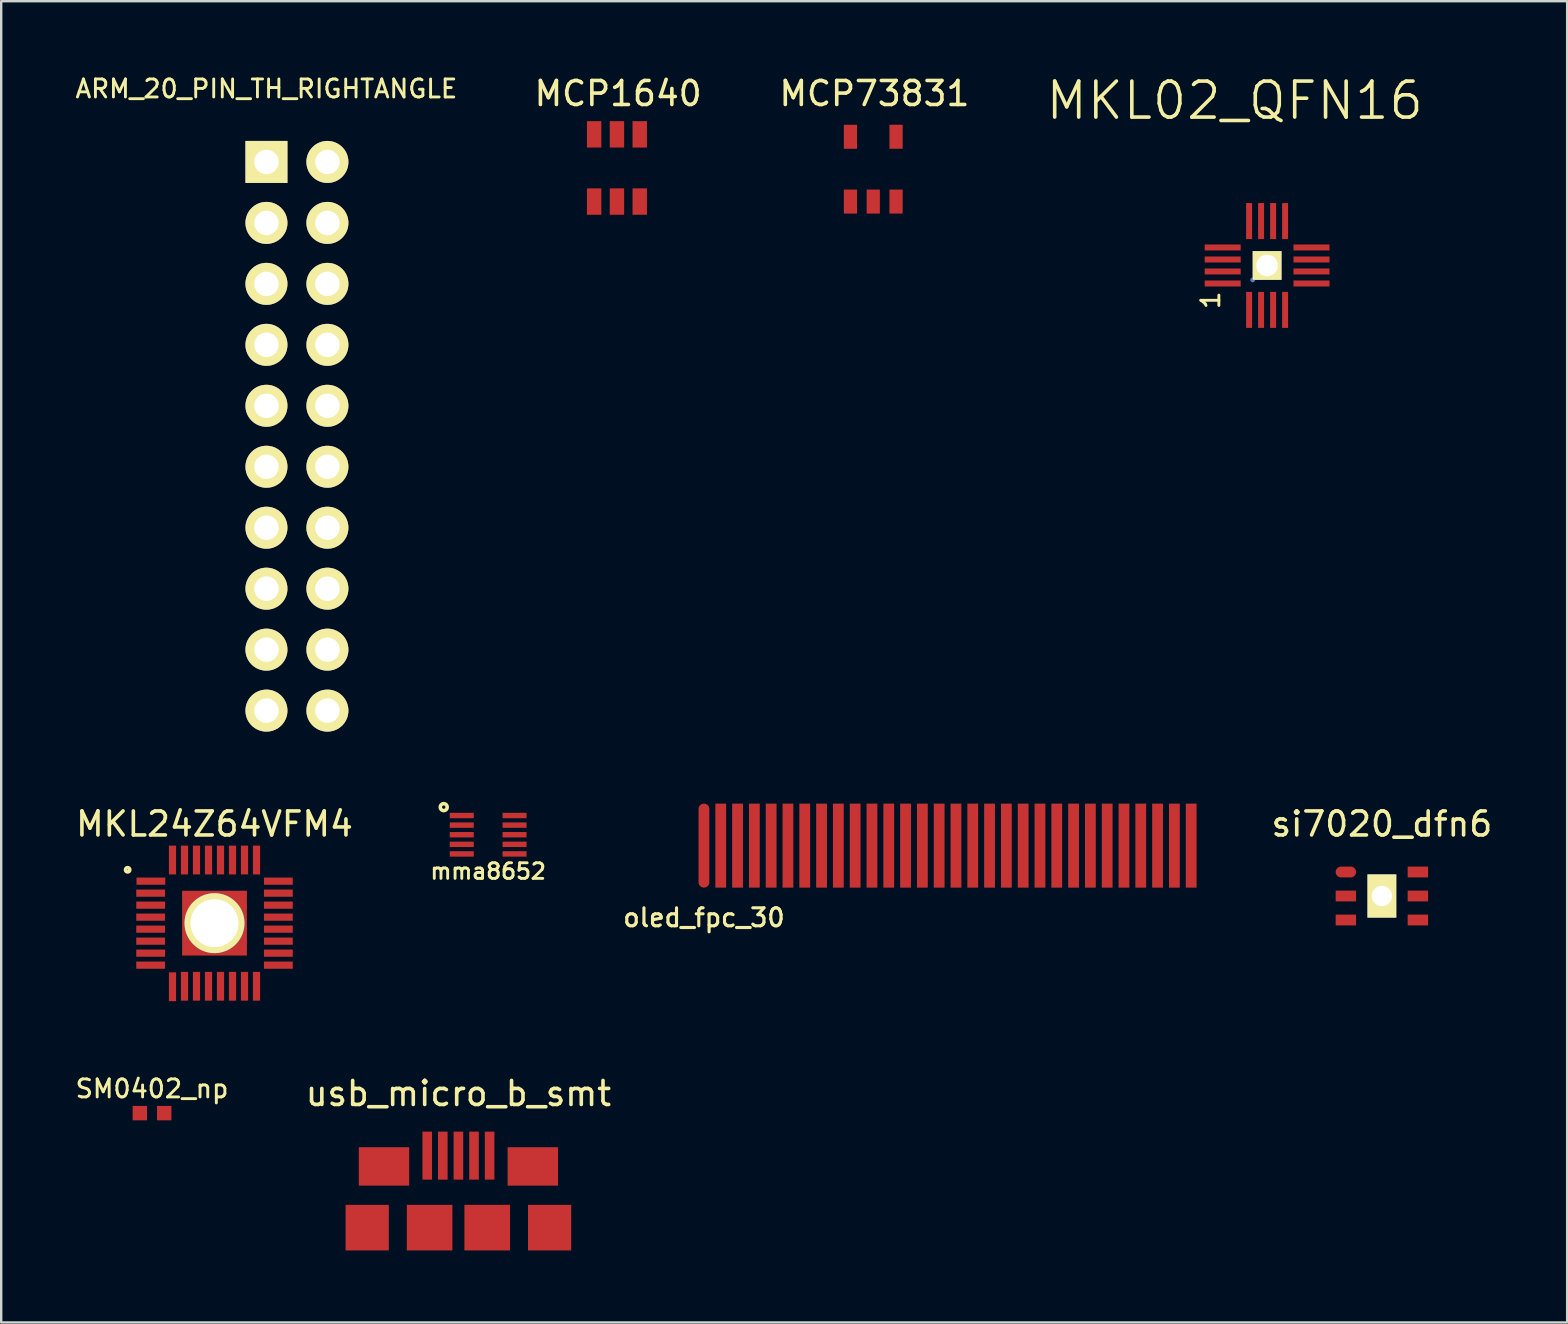
<source format=kicad_pcb>
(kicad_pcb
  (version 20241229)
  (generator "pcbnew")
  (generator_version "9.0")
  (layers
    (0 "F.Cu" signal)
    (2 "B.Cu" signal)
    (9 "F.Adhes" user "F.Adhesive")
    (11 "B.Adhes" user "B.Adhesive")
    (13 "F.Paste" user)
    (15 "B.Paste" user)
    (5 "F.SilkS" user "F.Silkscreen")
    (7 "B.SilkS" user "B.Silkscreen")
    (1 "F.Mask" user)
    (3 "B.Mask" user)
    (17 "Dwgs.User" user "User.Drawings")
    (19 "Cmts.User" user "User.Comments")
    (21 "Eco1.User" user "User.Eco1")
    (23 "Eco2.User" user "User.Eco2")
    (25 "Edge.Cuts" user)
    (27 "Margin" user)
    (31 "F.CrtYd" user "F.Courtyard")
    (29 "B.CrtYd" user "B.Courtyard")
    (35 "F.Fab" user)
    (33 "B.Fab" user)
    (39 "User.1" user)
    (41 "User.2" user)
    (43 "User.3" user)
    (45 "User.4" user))
  (footprint "oled_fpc_30"
    (layer "F.Cu")
    (at 26.279 32.182)
    (property "Reference" "oled_fpc_30" (at 0 3 0) (layer "F.SilkS") (effects (font (size 0.75 0.75) (thickness 0.13))))
    (attr through_hole)
    (pad "1" smd oval (at 0 0) (size 0.45 3.5) (layers "F.Cu" "F.Mask" "F.Paste"))
    (pad "2" smd rect (at 0.7 0) (size 0.45 3.5) (layers "F.Cu" "F.Mask" "F.Paste"))
    (pad "3" smd rect (at 1.4 0) (size 0.45 3.5) (layers "F.Cu" "F.Mask" "F.Paste"))
    (pad "4" smd rect (at 2.1 0) (size 0.45 3.5) (layers "F.Cu" "F.Mask" "F.Paste"))
    (pad "5" smd rect (at 2.8 0) (size 0.45 3.5) (layers "F.Cu" "F.Mask" "F.Paste"))
    (pad "6" smd rect (at 3.5 0) (size 0.45 3.5) (layers "F.Cu" "F.Mask" "F.Paste"))
    (pad "7" smd rect (at 4.2 0) (size 0.45 3.5) (layers "F.Cu" "F.Mask" "F.Paste"))
    (pad "8" smd rect (at 4.9 0) (size 0.45 3.5) (layers "F.Cu" "F.Mask" "F.Paste"))
    (pad "9" smd rect (at 5.6 0) (size 0.45 3.5) (layers "F.Cu" "F.Mask" "F.Paste"))
    (pad "10" smd rect (at 6.3 0) (size 0.45 3.5) (layers "F.Cu" "F.Mask" "F.Paste"))
    (pad "11" smd rect (at 7 0) (size 0.45 3.5) (layers "F.Cu" "F.Mask" "F.Paste"))
    (pad "12" smd rect (at 7.7 0) (size 0.45 3.5) (layers "F.Cu" "F.Mask" "F.Paste"))
    (pad "13" smd rect (at 8.4 0) (size 0.45 3.5) (layers "F.Cu" "F.Mask" "F.Paste"))
    (pad "14" smd rect (at 9.1 0) (size 0.45 3.5) (layers "F.Cu" "F.Mask" "F.Paste"))
    (pad "15" smd rect (at 9.8 0) (size 0.45 3.5) (layers "F.Cu" "F.Mask" "F.Paste"))
    (pad "16" smd rect (at 10.5 0) (size 0.45 3.5) (layers "F.Cu" "F.Mask" "F.Paste"))
    (pad "17" smd rect (at 11.2 0) (size 0.45 3.5) (layers "F.Cu" "F.Mask" "F.Paste"))
    (pad "18" smd rect (at 11.9 0) (size 0.45 3.5) (layers "F.Cu" "F.Mask" "F.Paste"))
    (pad "19" smd rect (at 12.6 0) (size 0.45 3.5) (layers "F.Cu" "F.Mask" "F.Paste"))
    (pad "20" smd rect (at 13.3 0) (size 0.45 3.5) (layers "F.Cu" "F.Mask" "F.Paste"))
    (pad "21" smd rect (at 14 0) (size 0.45 3.5) (layers "F.Cu" "F.Mask" "F.Paste"))
    (pad "22" smd rect (at 14.7 0) (size 0.45 3.5) (layers "F.Cu" "F.Mask" "F.Paste"))
    (pad "23" smd rect (at 15.4 0) (size 0.45 3.5) (layers "F.Cu" "F.Mask" "F.Paste"))
    (pad "24" smd rect (at 16.1 0) (size 0.45 3.5) (layers "F.Cu" "F.Mask" "F.Paste"))
    (pad "25" smd rect (at 16.8 0) (size 0.45 3.5) (layers "F.Cu" "F.Mask" "F.Paste"))
    (pad "26" smd rect (at 17.5 0) (size 0.45 3.5) (layers "F.Cu" "F.Mask" "F.Paste"))
    (pad "27" smd rect (at 18.2 0) (size 0.45 3.5) (layers "F.Cu" "F.Mask" "F.Paste"))
    (pad "28" smd rect (at 18.9 0) (size 0.45 3.5) (layers "F.Cu" "F.Mask" "F.Paste"))
    (pad "29" smd rect (at 19.6 0) (size 0.45 3.5) (layers "F.Cu" "F.Mask" "F.Paste"))
    (pad "30" smd rect (at 20.3 0) (size 0.45 3.5) (layers "F.Cu" "F.Mask" "F.Paste")))
  (footprint "MCP73831"
    (layer "F.Cu")
    (at 32.383 5.348)
    (property "Reference" "MCP73831" (at 1 -4.5 0) (layer "F.SilkS") (effects (font (size 1 1) (thickness 0.15))))
    (attr through_hole)
    (pad "1" smd rect (at 0 0) (size 0.55 1) (layers "F.Cu" "F.Mask" "F.Paste"))
    (pad "2" smd rect (at 0.95 0) (size 0.55 1) (layers "F.Cu" "F.Mask" "F.Paste"))
    (pad "3" smd rect (at 1.9 0) (size 0.55 1) (layers "F.Cu" "F.Mask" "F.Paste"))
    (pad "4" smd rect (at 1.9 -2.7) (size 0.55 1) (layers "F.Cu" "F.Mask" "F.Paste"))
    (pad "5" smd rect (at 0 -2.7) (size 0.55 1) (layers "F.Cu" "F.Mask" "F.Paste")))
  (footprint "usb_micro_b_smt"
    (layer "F.Cu")
    (at 16.049 48.098)
    (property "Reference" "usb_micro_b_smt" (at 0 -5.588 0) (layer "F.SilkS") (effects (font (size 1 1) (thickness 0.15))))
    (attr through_hole)
    (pad "1" smd rect (at -1.3 -3) (size 0.4 2) (layers "F.Cu" "F.Mask" "F.Paste"))
    (pad "2" smd rect (at -0.65 -3) (size 0.4 2) (layers "F.Cu" "F.Mask" "F.Paste"))
    (pad "3" smd rect (at 0 -3) (size 0.4 2) (layers "F.Cu" "F.Mask" "F.Paste"))
    (pad "4" smd rect (at 0.65 -3) (size 0.4 2) (layers "F.Cu" "F.Mask" "F.Paste"))
    (pad "5" smd rect (at 1.3 -3) (size 0.4 2) (layers "F.Cu" "F.Mask" "F.Paste"))
    (pad "6" smd rect (at -3.8 0) (size 1.8 1.9) (layers "F.Cu" "F.Mask" "F.Paste"))
    (pad "6" smd rect (at -3.1 -2.55) (size 2.1 1.6) (layers "F.Cu" "F.Mask" "F.Paste"))
    (pad "6" smd rect (at -1.2 0) (size 1.9 1.9) (layers "F.Cu" "F.Mask" "F.Paste"))
    (pad "6" smd rect (at 1.2 0) (size 1.9 1.9) (layers "F.Cu" "F.Mask" "F.Paste"))
    (pad "6" smd rect (at 3.1 -2.55) (size 2.1 1.6) (layers "F.Cu" "F.Mask" "F.Paste"))
    (pad "6" smd rect (at 3.8 0) (size 1.8 1.9) (layers "F.Cu" "F.Mask" "F.Paste")))
  (footprint "ARM_20_PIN_TH_RIGHTANGLE"
    (layer "F.Cu")
    (at 8.051 3.697)
    (property "Reference" "ARM_20_PIN_TH_RIGHTANGLE" (at 0 -3.048 0) (layer "F.SilkS") (effects (font (size 0.75 0.75) (thickness 0.12))))
    (attr through_hole)
    (pad "1" thru_hole rect (at 0 0) (size 1.75 1.75) (drill 1.02) (layers "*.Cu" "*.Mask" "F.SilkS"))
    (pad "2" thru_hole circle (at 2.54 0) (size 1.75 1.75) (drill 1.02) (layers "*.Cu" "*.Mask" "F.SilkS"))
    (pad "3" thru_hole circle (at 0 2.54) (size 1.75 1.75) (drill 1.02) (layers "*.Cu" "*.Mask" "F.SilkS"))
    (pad "4" thru_hole circle (at 2.54 2.54) (size 1.75 1.75) (drill 1.02) (layers "*.Cu" "*.Mask" "F.SilkS"))
    (pad "5" thru_hole circle (at 0 5.08) (size 1.75 1.75) (drill 1.02) (layers "*.Cu" "*.Mask" "F.SilkS"))
    (pad "6" thru_hole circle (at 2.54 5.08) (size 1.75 1.75) (drill 1.02) (layers "*.Cu" "*.Mask" "F.SilkS"))
    (pad "7" thru_hole circle (at 0 7.62) (size 1.75 1.75) (drill 1.02) (layers "*.Cu" "*.Mask" "F.SilkS"))
    (pad "8" thru_hole circle (at 2.54 7.62) (size 1.75 1.75) (drill 1.02) (layers "*.Cu" "*.Mask" "F.SilkS"))
    (pad "9" thru_hole circle (at 0 10.16) (size 1.75 1.75) (drill 1.02) (layers "*.Cu" "*.Mask" "F.SilkS"))
    (pad "10" thru_hole circle (at 2.54 10.16) (size 1.75 1.75) (drill 1.02) (layers "*.Cu" "*.Mask" "F.SilkS"))
    (pad "11" thru_hole circle (at 0 12.7) (size 1.75 1.75) (drill 1.02) (layers "*.Cu" "*.Mask" "F.SilkS"))
    (pad "12" thru_hole circle (at 2.54 12.7) (size 1.75 1.75) (drill 1.02) (layers "*.Cu" "*.Mask" "F.SilkS"))
    (pad "13" thru_hole circle (at 0 15.24) (size 1.75 1.75) (drill 1.02) (layers "*.Cu" "*.Mask" "F.SilkS"))
    (pad "14" thru_hole circle (at 2.54 15.24) (size 1.75 1.75) (drill 1.02) (layers "*.Cu" "*.Mask" "F.SilkS"))
    (pad "15" thru_hole circle (at 0 17.78) (size 1.75 1.75) (drill 1.02) (layers "*.Cu" "*.Mask" "F.SilkS"))
    (pad "16" thru_hole circle (at 2.54 17.78) (size 1.75 1.75) (drill 1.02) (layers "*.Cu" "*.Mask" "F.SilkS"))
    (pad "17" thru_hole circle (at 0 20.32) (size 1.75 1.75) (drill 1.02) (layers "*.Cu" "*.Mask" "F.SilkS"))
    (pad "18" thru_hole circle (at 2.54 20.32) (size 1.75 1.75) (drill 1.02) (layers "*.Cu" "*.Mask" "F.SilkS"))
    (pad "19" thru_hole circle (at 0 22.86) (size 1.75 1.75) (drill 1.02) (layers "*.Cu" "*.Mask" "F.SilkS"))
    (pad "20" thru_hole circle (at 2.54 22.86) (size 1.75 1.75) (drill 1.02) (layers "*.Cu" "*.Mask" "F.SilkS")))
  (footprint "MCP1640"
    (layer "F.Cu")
    (at 21.704 5.348)
    (property "Reference" "MCP1640" (at 1 -4.5 0) (layer "F.SilkS") (effects (font (size 1 1) (thickness 0.15))))
    (attr through_hole)
    (pad "1" smd rect (at 0 0) (size 0.6 1.1) (layers "F.Cu" "F.Mask" "F.Paste"))
    (pad "2" smd rect (at 0.95 0) (size 0.6 1.1) (layers "F.Cu" "F.Mask" "F.Paste"))
    (pad "3" smd rect (at 1.9 0) (size 0.6 1.1) (layers "F.Cu" "F.Mask" "F.Paste"))
    (pad "4" smd rect (at 1.9 -2.8) (size 0.6 1.1) (layers "F.Cu" "F.Mask" "F.Paste"))
    (pad "5" smd rect (at 0.95 -2.8) (size 0.6 1.1) (layers "F.Cu" "F.Mask" "F.Paste"))
    (pad "6" smd rect (at 0 -2.8) (size 0.6 1.1) (layers "F.Cu" "F.Mask" "F.Paste")))
  (footprint "MKL02_QFN16"
    (layer "F.Cu")
    (at 48.392 8.761)
    (property "Reference" "MKL02_QFN16" (at 0 -7.62 0) (layer "F.SilkS") (effects (font (size 1.5 1.5) (thickness 0.15))))
    (attr through_hole)
    (fp_text user "1" (at -1 0.7 90) (layer "F.SilkS") (effects (font (size 0.75 0.75) (thickness 0.12))))
    (pad "" smd circle (at 0.75 -0.15) (size 0.2 0.2) (layers "F.Mask" "B.Cu" "F.Paste"))
    (pad "" thru_hole rect (at 1.35 -0.75 90) (size 1.2 1.2) (drill 0.9) (layers "*.Cu" "*.Mask" "F.SilkS"))
    (pad "1" smd rect (at 0 0) (size 1.5 0.25) (drill (offset -0.5 0)) (layers "F.Cu" "F.Mask" "F.Paste"))
    (pad "2" smd rect (at 0 -0.5) (size 1.5 0.25) (drill (offset -0.5 0)) (layers "F.Cu" "F.Mask" "F.Paste"))
    (pad "3" smd rect (at 0 -1.5) (size 1.5 0.25) (drill (offset -0.5 0)) (layers "F.Cu" "F.Mask" "F.Paste"))
    (pad "4" smd rect (at 0 -1) (size 1.5 0.25) (drill (offset -0.5 0)) (layers "F.Cu" "F.Mask" "F.Paste"))
    (pad "5" smd rect (at 0.6 -2.1 270) (size 1.5 0.25) (drill (offset -0.5 0)) (layers "F.Cu" "F.Mask" "F.Paste"))
    (pad "6" smd rect (at 1.1 -2.1 270) (size 1.5 0.25) (drill (offset -0.5 0)) (layers "F.Cu" "F.Mask" "F.Paste"))
    (pad "7" smd rect (at 1.6 -2.1 270) (size 1.5 0.25) (drill (offset -0.5 0)) (layers "F.Cu" "F.Mask" "F.Paste"))
    (pad "8" smd rect (at 2.1 -2.1 270) (size 1.5 0.25) (drill (offset -0.5 0)) (layers "F.Cu" "F.Mask" "F.Paste"))
    (pad "9" smd rect (at 2.7 -1.5 180) (size 1.5 0.25) (drill (offset -0.5 0)) (layers "F.Cu" "F.Mask" "F.Paste"))
    (pad "10" smd rect (at 2.7 -1 180) (size 1.5 0.25) (drill (offset -0.5 0)) (layers "F.Cu" "F.Mask" "F.Paste"))
    (pad "11" smd rect (at 2.7 -0.5 180) (size 1.5 0.25) (drill (offset -0.5 0)) (layers "F.Cu" "F.Mask" "F.Paste"))
    (pad "12" smd rect (at 2.7 0 180) (size 1.5 0.25) (drill (offset -0.5 0)) (layers "F.Cu" "F.Mask" "F.Paste"))
    (pad "13" smd rect (at 2.1 0.6 90) (size 1.5 0.25) (drill (offset -0.5 0)) (layers "F.Cu" "F.Mask" "F.Paste"))
    (pad "14" smd rect (at 1.6 0.6 90) (size 1.5 0.25) (drill (offset -0.5 0)) (layers "F.Cu" "F.Mask" "F.Paste"))
    (pad "15" smd rect (at 1.1 0.6 90) (size 1.5 0.25) (drill (offset -0.5 0)) (layers "F.Cu" "F.Mask" "F.Paste"))
    (pad "16" smd rect (at 0.6 0.6 90) (size 1.5 0.25) (drill (offset -0.5 0)) (layers "F.Cu" "F.Mask" "F.Paste")))
  (footprint "mma8652"
    (layer "F.Cu")
    (at 17.288 31.728)
    (property "Reference" "mma8652" (at 0 1.524 0) (layer "F.SilkS") (effects (font (size 0.65 0.65) (thickness 0.12))))
    (attr through_hole)
    (fp_circle (center -1.85 -1.15) (end -1.8 -1.1) (stroke (width 0.15) (type solid)) (fill no) (layer "F.SilkS"))
    (pad "1" smd rect (at -1.1 -0.8) (size 1 0.225) (layers "F.Cu" "F.Mask" "F.Paste"))
    (pad "2" smd rect (at -1.1 -0.4) (size 1 0.225) (layers "F.Cu" "F.Mask" "F.Paste"))
    (pad "3" smd rect (at -1.1 0) (size 1 0.225) (layers "F.Cu" "F.Mask" "F.Paste"))
    (pad "4" smd rect (at -1.1 0.4) (size 1 0.225) (layers "F.Cu" "F.Mask" "F.Paste"))
    (pad "5" smd rect (at -1.1 0.8) (size 1 0.225) (layers "F.Cu" "F.Mask" "F.Paste"))
    (pad "6" smd rect (at 1.1 0.8) (size 1 0.225) (layers "F.Cu" "F.Mask" "F.Paste"))
    (pad "7" smd rect (at 1.1 0.4) (size 1 0.225) (layers "F.Cu" "F.Mask" "F.Paste"))
    (pad "8" smd rect (at 1.1 0) (size 1 0.225) (layers "F.Cu" "F.Mask" "F.Paste"))
    (pad "9" smd rect (at 1.1 -0.4) (size 1 0.225) (layers "F.Cu" "F.Mask" "F.Paste"))
    (pad "10" smd rect (at 1.1 -0.8) (size 1 0.225) (layers "F.Cu" "F.Mask" "F.Paste")))
  (footprint "MKL24Z64VFM4"
    (layer "F.Cu")
    (at 5.887 35.412)
    (property "Reference" "MKL24Z64VFM4" (at 0 -4.131 0) (layer "F.SilkS") (effects (font (size 1 1) (thickness 0.15))))
    (attr through_hole)
    (fp_circle (center -3.619 -2.223) (end -3.556 -2.159) (stroke (width 0.15) (type solid)) (fill no) (layer "F.SilkS"))
    (pad "" thru_hole circle (at 0 0) (size 2.5 2.5) (drill 2) (layers "*.Cu" "F.Mask" "F.SilkS"))
    (pad "" smd rect (at 0 0) (size 2.7 2.7) (layers "F.Cu" "F.Mask" "F.Paste"))
    (pad "1" smd rect (at -2.65 -1.75) (size 1.2 0.3) (layers "F.Cu" "F.Mask" "F.Paste"))
    (pad "2" smd rect (at -2.66 -1.25) (size 1.2 0.3) (layers "F.Cu" "F.Mask" "F.Paste"))
    (pad "3" smd rect (at -2.66 -0.75) (size 1.2 0.3) (layers "F.Cu" "F.Mask" "F.Paste"))
    (pad "4" smd rect (at -2.66 -0.25) (size 1.2 0.3) (layers "F.Cu" "F.Mask" "F.Paste"))
    (pad "5" smd rect (at -2.66 0.25) (size 1.2 0.3) (layers "F.Cu" "F.Mask" "F.Paste"))
    (pad "6" smd rect (at -2.66 0.75) (size 1.2 0.3) (layers "F.Cu" "F.Mask" "F.Paste"))
    (pad "7" smd rect (at -2.66 1.25) (size 1.2 0.3) (layers "F.Cu" "F.Mask" "F.Paste"))
    (pad "8" smd rect (at -2.66 1.75) (size 1.2 0.3) (layers "F.Cu" "F.Mask" "F.Paste"))
    (pad "9" smd rect (at -1.75 2.65) (size 0.3 1.2) (layers "F.Cu" "F.Mask" "F.Paste"))
    (pad "10" smd rect (at -1.25 2.63) (size 0.3 1.2) (layers "F.Cu" "F.Mask" "F.Paste"))
    (pad "11" smd rect (at -0.75 2.63) (size 0.3 1.2) (layers "F.Cu" "F.Mask" "F.Paste"))
    (pad "12" smd rect (at -0.25 2.63) (size 0.3 1.2) (layers "F.Cu" "F.Mask" "F.Paste"))
    (pad "13" smd rect (at 0.25 2.63) (size 0.3 1.2) (layers "F.Cu" "F.Mask" "F.Paste"))
    (pad "14" smd rect (at 0.75 2.63) (size 0.3 1.2) (layers "F.Cu" "F.Mask" "F.Paste"))
    (pad "15" smd rect (at 1.25 2.63) (size 0.3 1.2) (layers "F.Cu" "F.Mask" "F.Paste"))
    (pad "16" smd rect (at 1.75 2.63) (size 0.3 1.2) (layers "F.Cu" "F.Mask" "F.Paste"))
    (pad "17" smd rect (at 2.66 1.75) (size 1.2 0.3) (layers "F.Cu" "F.Mask" "F.Paste"))
    (pad "18" smd rect (at 2.66 1.25) (size 1.2 0.3) (layers "F.Cu" "F.Mask" "F.Paste"))
    (pad "19" smd rect (at 2.66 0.75) (size 1.2 0.3) (layers "F.Cu" "F.Mask" "F.Paste"))
    (pad "20" smd rect (at 2.66 0.25) (size 1.2 0.3) (layers "F.Cu" "F.Mask" "F.Paste"))
    (pad "21" smd rect (at 2.66 -0.25) (size 1.2 0.3) (layers "F.Cu" "F.Mask" "F.Paste"))
    (pad "22" smd rect (at 2.66 -0.75) (size 1.2 0.3) (layers "F.Cu" "F.Mask" "F.Paste"))
    (pad "23" smd rect (at 2.66 -1.25) (size 1.2 0.3) (layers "F.Cu" "F.Mask" "F.Paste"))
    (pad "24" smd rect (at 2.66 -1.75) (size 1.2 0.3) (layers "F.Cu" "F.Mask" "F.Paste"))
    (pad "25" smd rect (at 1.75 -2.63) (size 0.3 1.2) (layers "F.Cu" "F.Mask" "F.Paste"))
    (pad "26" smd rect (at 1.25 -2.63) (size 0.3 1.2) (layers "F.Cu" "F.Mask" "F.Paste"))
    (pad "27" smd rect (at 0.75 -2.63) (size 0.3 1.2) (layers "F.Cu" "F.Mask" "F.Paste"))
    (pad "28" smd rect (at 0.25 -2.63) (size 0.3 1.2) (layers "F.Cu" "F.Mask" "F.Paste"))
    (pad "29" smd rect (at -0.25 -2.63) (size 0.3 1.2) (layers "F.Cu" "F.Mask" "F.Paste"))
    (pad "30" smd rect (at -0.75 -2.63) (size 0.3 1.2) (layers "F.Cu" "F.Mask" "F.Paste"))
    (pad "31" smd rect (at -1.25 -2.63) (size 0.3 1.2) (layers "F.Cu" "F.Mask" "F.Paste"))
    (pad "32" smd rect (at -1.75 -2.63) (size 0.3 1.2) (layers "F.Cu" "F.Mask" "F.Paste")))
  (footprint "si7020_dfn6"
    (layer "F.Cu")
    (at 53.024 33.281)
    (property "Reference" "si7020_dfn6" (at 1.5 -2 0) (layer "F.SilkS") (effects (font (size 1 1) (thickness 0.15))))
    (attr through_hole)
    (pad "" thru_hole rect (at 1.5 1) (size 1.2 1.8) (drill 0.85) (layers "*.Cu" "*.Mask" "F.SilkS"))
    (pad "1" smd oval (at 0 0) (size 0.85 0.45) (layers "F.Cu" "F.Mask" "F.Paste"))
    (pad "2" smd rect (at 0 1) (size 0.85 0.45) (layers "F.Cu" "F.Mask" "F.Paste"))
    (pad "3" smd rect (at 0 2) (size 0.85 0.45) (layers "F.Cu" "F.Mask" "F.Paste"))
    (pad "4" smd rect (at 3 2) (size 0.85 0.45) (layers "F.Cu" "F.Mask" "F.Paste"))
    (pad "5" smd rect (at 3 1) (size 0.85 0.45) (layers "F.Cu" "F.Mask" "F.Paste"))
    (pad "6" smd rect (at 3 0) (size 0.85 0.45) (layers "F.Cu" "F.Mask" "F.Paste")))
  (footprint "SM0402_np"
    (layer "F.Cu")
    (at 3.284 43.327)
    (property "Reference" "SM0402_np" (at 0 -1.016 0) (layer "F.SilkS") (effects (font (size 0.75 0.75) (thickness 0.12))))
    (attr through_hole)
    (pad "1" smd rect (at -0.508 0) (size 0.6 0.6) (layers "F.Cu" "F.Mask" "F.Paste"))
    (pad "2" smd rect (at 0.508 0) (size 0.6 0.6) (layers "F.Cu" "F.Mask" "F.Paste")))
  (gr_rect
    (start -3 -3)
    (end 62.244 52.048)
    (stroke (width 0.1) (type default))
    (fill no)
    (layer "Edge.Cuts")))
</source>
